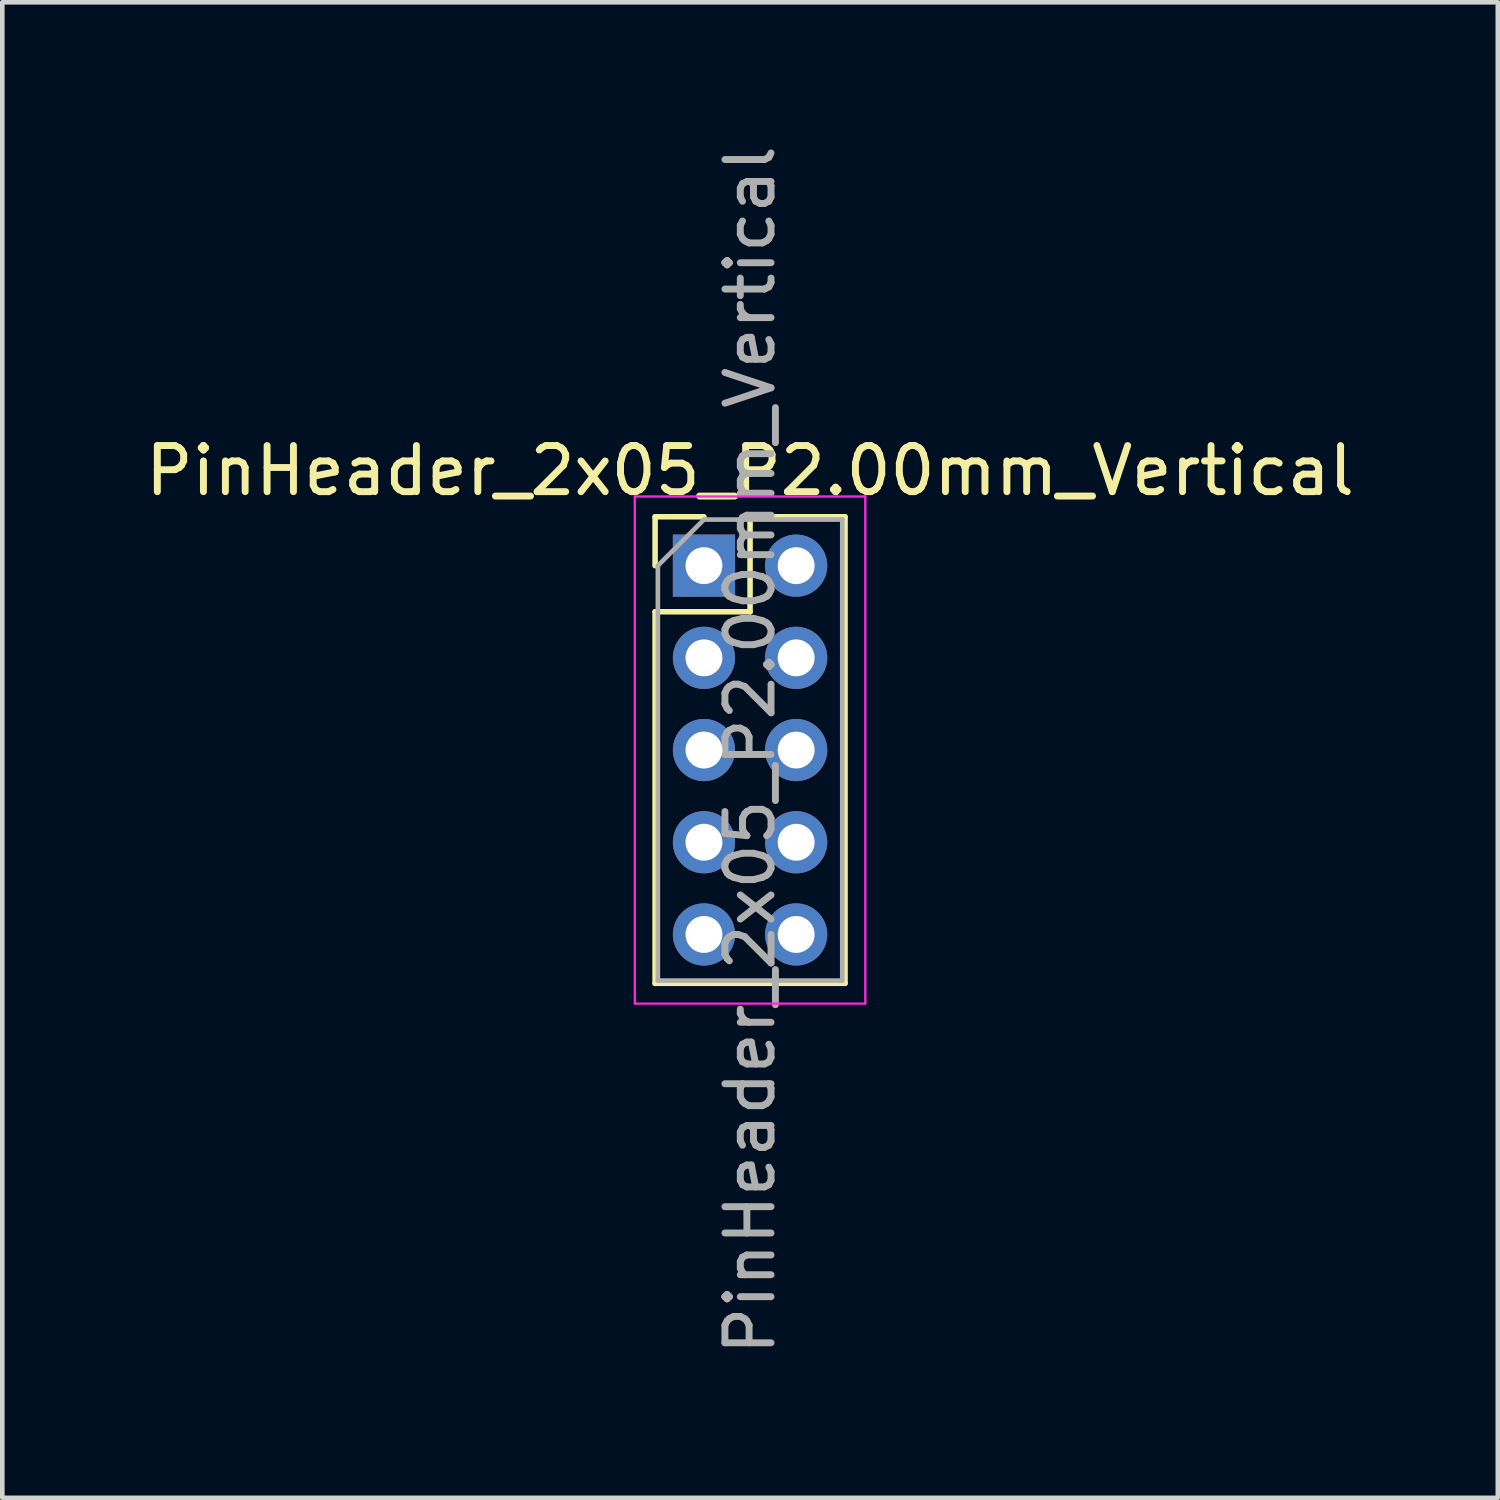
<source format=kicad_pcb>
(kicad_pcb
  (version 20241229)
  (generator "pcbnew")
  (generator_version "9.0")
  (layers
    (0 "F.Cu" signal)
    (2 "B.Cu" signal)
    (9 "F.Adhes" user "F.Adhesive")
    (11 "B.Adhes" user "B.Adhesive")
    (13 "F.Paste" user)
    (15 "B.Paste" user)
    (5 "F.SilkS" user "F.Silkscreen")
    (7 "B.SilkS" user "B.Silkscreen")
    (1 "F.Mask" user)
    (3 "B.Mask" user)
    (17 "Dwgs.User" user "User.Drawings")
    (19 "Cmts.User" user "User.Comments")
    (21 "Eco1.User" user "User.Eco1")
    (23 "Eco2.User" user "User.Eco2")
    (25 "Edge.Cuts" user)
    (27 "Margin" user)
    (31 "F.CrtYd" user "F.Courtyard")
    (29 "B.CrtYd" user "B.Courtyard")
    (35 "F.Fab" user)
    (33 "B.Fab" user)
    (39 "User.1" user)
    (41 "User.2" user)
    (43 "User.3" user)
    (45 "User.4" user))
  (footprint "PinHeader_2x05_P2.00mm_Vertical"
    (layer "F.Cu")
    (at 12.22 9.22)
    (property "Reference" "PinHeader_2x05_P2.00mm_Vertical" (at 1 -2.06 180) (layer "F.SilkS") (effects (font (size 1 1) (thickness 0.15))))
    (attr through_hole)
    (fp_line (start -1.06 -1.06) (end 0 -1.06) (stroke (width 0.12) (type solid)) (layer "F.SilkS"))
    (fp_line (start -1.06 0) (end -1.06 -1.06) (stroke (width 0.12) (type solid)) (layer "F.SilkS"))
    (fp_line (start -1.06 1) (end -1.06 9.06) (stroke (width 0.12) (type solid)) (layer "F.SilkS"))
    (fp_line (start -1.06 1) (end 1 1) (stroke (width 0.12) (type solid)) (layer "F.SilkS"))
    (fp_line (start -1.06 9.06) (end 3.06 9.06) (stroke (width 0.12) (type solid)) (layer "F.SilkS"))
    (fp_line (start 1 -1.06) (end 3.06 -1.06) (stroke (width 0.12) (type solid)) (layer "F.SilkS"))
    (fp_line (start 1 1) (end 1 -1.06) (stroke (width 0.12) (type solid)) (layer "F.SilkS"))
    (fp_line (start 3.06 -1.06) (end 3.06 9.06) (stroke (width 0.12) (type solid)) (layer "F.SilkS"))
    (fp_line (start -1.5 -1.5) (end -1.5 9.5) (stroke (width 0.05) (type solid)) (layer "F.CrtYd"))
    (fp_line (start -1.5 9.5) (end 3.5 9.5) (stroke (width 0.05) (type solid)) (layer "F.CrtYd"))
    (fp_line (start 3.5 -1.5) (end -1.5 -1.5) (stroke (width 0.05) (type solid)) (layer "F.CrtYd"))
    (fp_line (start 3.5 9.5) (end 3.5 -1.5) (stroke (width 0.05) (type solid)) (layer "F.CrtYd"))
    (fp_line (start -1 0) (end 0 -1) (stroke (width 0.1) (type solid)) (layer "F.Fab"))
    (fp_line (start -1 9) (end -1 0) (stroke (width 0.1) (type solid)) (layer "F.Fab"))
    (fp_line (start 0 -1) (end 3 -1) (stroke (width 0.1) (type solid)) (layer "F.Fab"))
    (fp_line (start 3 -1) (end 3 9) (stroke (width 0.1) (type solid)) (layer "F.Fab"))
    (fp_line (start 3 9) (end -1 9) (stroke (width 0.1) (type solid)) (layer "F.Fab"))
    (fp_text user "${REFERENCE}" (at 1 4 90) (layer "F.Fab") (effects (font (size 1 1) (thickness 0.15))))
    (pad "1" thru_hole oval (at 2 0) (size 1.35 1.35) (drill 0.8) (layers "*.Cu" "*.Mask"))
    (pad "2" thru_hole oval (at 2 2) (size 1.35 1.35) (drill 0.8) (layers "*.Cu" "*.Mask"))
    (pad "3" thru_hole oval (at 2 4) (size 1.35 1.35) (drill 0.8) (layers "*.Cu" "*.Mask"))
    (pad "4" thru_hole oval (at 2 6) (size 1.35 1.35) (drill 0.8) (layers "*.Cu" "*.Mask"))
    (pad "5" thru_hole oval (at 2 8) (size 1.35 1.35) (drill 0.8) (layers "*.Cu" "*.Mask"))
    (pad "6" thru_hole oval (at 0 8) (size 1.35 1.35) (drill 0.8) (layers "*.Cu" "*.Mask"))
    (pad "7" thru_hole oval (at 0 6) (size 1.35 1.35) (drill 0.8) (layers "*.Cu" "*.Mask"))
    (pad "8" thru_hole oval (at 0 4) (size 1.35 1.35) (drill 0.8) (layers "*.Cu" "*.Mask"))
    (pad "9" thru_hole oval (at 0 2) (size 1.35 1.35) (drill 0.8) (layers "*.Cu" "*.Mask"))
    (pad "10" thru_hole rect (at 0 0) (size 1.35 1.35) (drill 0.8) (layers "*.Cu" "*.Mask")))
  (gr_rect
    (start -3 -3)
    (end 29.44 29.44)
    (stroke (width 0.1) (type default))
    (fill no)
    (layer "Edge.Cuts")))
</source>
